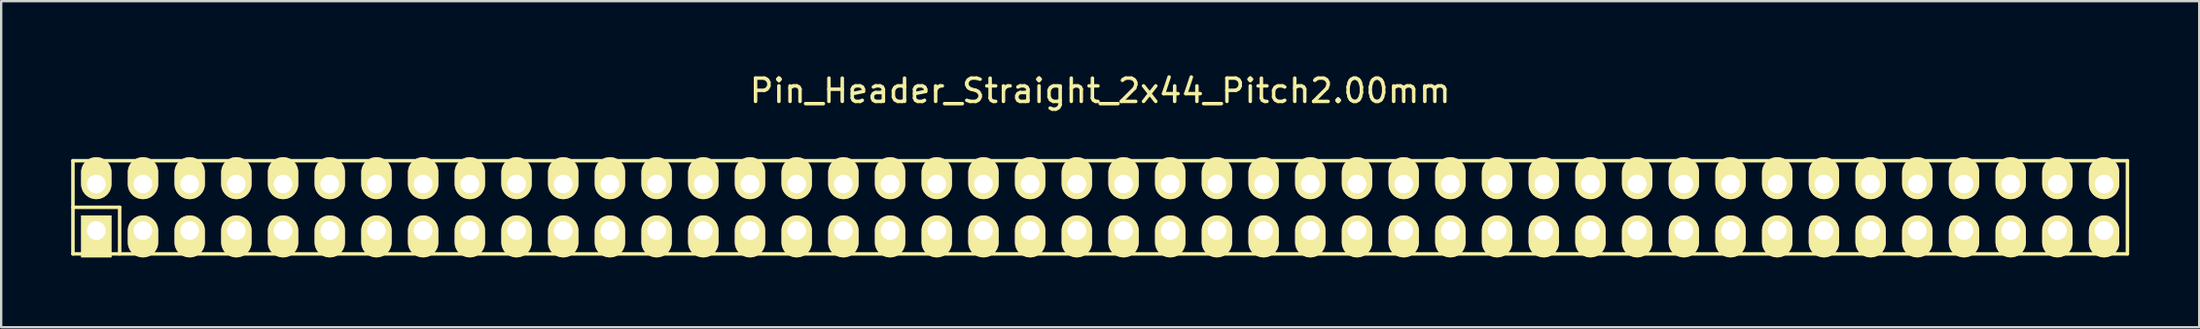
<source format=kicad_pcb>
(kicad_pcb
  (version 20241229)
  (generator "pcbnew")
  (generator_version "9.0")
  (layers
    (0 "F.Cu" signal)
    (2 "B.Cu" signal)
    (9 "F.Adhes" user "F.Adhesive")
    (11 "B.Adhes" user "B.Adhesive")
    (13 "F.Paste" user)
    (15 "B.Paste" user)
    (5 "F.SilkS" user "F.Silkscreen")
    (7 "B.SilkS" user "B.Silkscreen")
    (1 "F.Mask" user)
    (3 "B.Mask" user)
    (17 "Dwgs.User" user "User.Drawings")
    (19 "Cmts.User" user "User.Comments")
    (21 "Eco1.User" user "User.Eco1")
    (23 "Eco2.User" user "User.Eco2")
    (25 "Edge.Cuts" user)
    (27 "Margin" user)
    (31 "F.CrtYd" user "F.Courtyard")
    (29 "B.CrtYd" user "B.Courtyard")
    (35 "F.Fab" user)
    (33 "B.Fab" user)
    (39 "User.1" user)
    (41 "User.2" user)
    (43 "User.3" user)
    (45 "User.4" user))
  (footprint "Pin_Header_Straight_2x44_Pitch2.00mm"
    (layer "F.Cu")
    (at 44.075 5.848)
    (property "Reference" "Pin_Header_Straight_2x44_Pitch2.00mm" (at 0 -5 0) (layer "F.SilkS") (effects (font (size 1 1) (thickness 0.15))))
    (attr through_hole)
    (fp_line (start -44 -2) (end 44 -2) (stroke (width 0.15) (type solid)) (layer "F.SilkS"))
    (fp_line (start -44 0) (end -42 0) (stroke (width 0.15) (type solid)) (layer "F.SilkS"))
    (fp_line (start -44 2) (end -44 -2) (stroke (width 0.15) (type solid)) (layer "F.SilkS"))
    (fp_line (start -42 0) (end -42 2) (stroke (width 0.15) (type solid)) (layer "F.SilkS"))
    (fp_line (start 44 -2) (end 44 2) (stroke (width 0.15) (type solid)) (layer "F.SilkS"))
    (fp_line (start 44 2) (end -44 2) (stroke (width 0.15) (type solid)) (layer "F.SilkS"))
    (pad "1" thru_hole rect (at -43 1) (size 1.3 1.8) (drill 0.8 (offset 0 0.25)) (layers "*.Cu" "*.Mask" "F.SilkS"))
    (pad "2" thru_hole oval (at -43 -1) (size 1.3 1.8) (drill 0.8 (offset 0 -0.25)) (layers "*.Cu" "*.Mask" "F.SilkS"))
    (pad "3" thru_hole oval (at -41 1) (size 1.3 1.8) (drill 0.8 (offset 0 0.25)) (layers "*.Cu" "*.Mask" "F.SilkS"))
    (pad "4" thru_hole oval (at -41 -1) (size 1.3 1.8) (drill 0.8 (offset 0 -0.25)) (layers "*.Cu" "*.Mask" "F.SilkS"))
    (pad "5" thru_hole oval (at -39 1) (size 1.3 1.8) (drill 0.8 (offset 0 0.25)) (layers "*.Cu" "*.Mask" "F.SilkS"))
    (pad "6" thru_hole oval (at -39 -1) (size 1.3 1.8) (drill 0.8 (offset 0 -0.25)) (layers "*.Cu" "*.Mask" "F.SilkS"))
    (pad "7" thru_hole oval (at -37 1) (size 1.3 1.8) (drill 0.8 (offset 0 0.25)) (layers "*.Cu" "*.Mask" "F.SilkS"))
    (pad "8" thru_hole oval (at -37 -1) (size 1.3 1.8) (drill 0.8 (offset 0 -0.25)) (layers "*.Cu" "*.Mask" "F.SilkS"))
    (pad "9" thru_hole oval (at -35 1) (size 1.3 1.8) (drill 0.8 (offset 0 0.25)) (layers "*.Cu" "*.Mask" "F.SilkS"))
    (pad "10" thru_hole oval (at -35 -1) (size 1.3 1.8) (drill 0.8 (offset 0 -0.25)) (layers "*.Cu" "*.Mask" "F.SilkS"))
    (pad "11" thru_hole oval (at -33 1) (size 1.3 1.8) (drill 0.8 (offset 0 0.25)) (layers "*.Cu" "*.Mask" "F.SilkS"))
    (pad "12" thru_hole oval (at -33 -1) (size 1.3 1.8) (drill 0.8 (offset 0 -0.25)) (layers "*.Cu" "*.Mask" "F.SilkS"))
    (pad "13" thru_hole oval (at -31 1) (size 1.3 1.8) (drill 0.8 (offset 0 0.25)) (layers "*.Cu" "*.Mask" "F.SilkS"))
    (pad "14" thru_hole oval (at -31 -1) (size 1.3 1.8) (drill 0.8 (offset 0 -0.25)) (layers "*.Cu" "*.Mask" "F.SilkS"))
    (pad "15" thru_hole oval (at -29 1) (size 1.3 1.8) (drill 0.8 (offset 0 0.25)) (layers "*.Cu" "*.Mask" "F.SilkS"))
    (pad "16" thru_hole oval (at -29 -1) (size 1.3 1.8) (drill 0.8 (offset 0 -0.25)) (layers "*.Cu" "*.Mask" "F.SilkS"))
    (pad "17" thru_hole oval (at -27 1) (size 1.3 1.8) (drill 0.8 (offset 0 0.25)) (layers "*.Cu" "*.Mask" "F.SilkS"))
    (pad "18" thru_hole oval (at -27 -1) (size 1.3 1.8) (drill 0.8 (offset 0 -0.25)) (layers "*.Cu" "*.Mask" "F.SilkS"))
    (pad "19" thru_hole oval (at -25 1) (size 1.3 1.8) (drill 0.8 (offset 0 0.25)) (layers "*.Cu" "*.Mask" "F.SilkS"))
    (pad "20" thru_hole oval (at -25 -1) (size 1.3 1.8) (drill 0.8 (offset 0 -0.25)) (layers "*.Cu" "*.Mask" "F.SilkS"))
    (pad "21" thru_hole oval (at -23 1) (size 1.3 1.8) (drill 0.8 (offset 0 0.25)) (layers "*.Cu" "*.Mask" "F.SilkS"))
    (pad "22" thru_hole oval (at -23 -1) (size 1.3 1.8) (drill 0.8 (offset 0 -0.25)) (layers "*.Cu" "*.Mask" "F.SilkS"))
    (pad "23" thru_hole oval (at -21 1) (size 1.3 1.8) (drill 0.8 (offset 0 0.25)) (layers "*.Cu" "*.Mask" "F.SilkS"))
    (pad "24" thru_hole oval (at -21 -1) (size 1.3 1.8) (drill 0.8 (offset 0 -0.25)) (layers "*.Cu" "*.Mask" "F.SilkS"))
    (pad "25" thru_hole oval (at -19 1) (size 1.3 1.8) (drill 0.8 (offset 0 0.25)) (layers "*.Cu" "*.Mask" "F.SilkS"))
    (pad "26" thru_hole oval (at -19 -1) (size 1.3 1.8) (drill 0.8 (offset 0 -0.25)) (layers "*.Cu" "*.Mask" "F.SilkS"))
    (pad "27" thru_hole oval (at -17 1) (size 1.3 1.8) (drill 0.8 (offset 0 0.25)) (layers "*.Cu" "*.Mask" "F.SilkS"))
    (pad "28" thru_hole oval (at -17 -1) (size 1.3 1.8) (drill 0.8 (offset 0 -0.25)) (layers "*.Cu" "*.Mask" "F.SilkS"))
    (pad "29" thru_hole oval (at -15 1) (size 1.3 1.8) (drill 0.8 (offset 0 0.25)) (layers "*.Cu" "*.Mask" "F.SilkS"))
    (pad "30" thru_hole oval (at -15 -1) (size 1.3 1.8) (drill 0.8 (offset 0 -0.25)) (layers "*.Cu" "*.Mask" "F.SilkS"))
    (pad "31" thru_hole oval (at -13 1) (size 1.3 1.8) (drill 0.8 (offset 0 0.25)) (layers "*.Cu" "*.Mask" "F.SilkS"))
    (pad "32" thru_hole oval (at -13 -1) (size 1.3 1.8) (drill 0.8 (offset 0 -0.25)) (layers "*.Cu" "*.Mask" "F.SilkS"))
    (pad "33" thru_hole oval (at -11 1) (size 1.3 1.8) (drill 0.8 (offset 0 0.25)) (layers "*.Cu" "*.Mask" "F.SilkS"))
    (pad "34" thru_hole oval (at -11 -1) (size 1.3 1.8) (drill 0.8 (offset 0 -0.25)) (layers "*.Cu" "*.Mask" "F.SilkS"))
    (pad "35" thru_hole oval (at -9 1) (size 1.3 1.8) (drill 0.8 (offset 0 0.25)) (layers "*.Cu" "*.Mask" "F.SilkS"))
    (pad "36" thru_hole oval (at -9 -1) (size 1.3 1.8) (drill 0.8 (offset 0 -0.25)) (layers "*.Cu" "*.Mask" "F.SilkS"))
    (pad "37" thru_hole oval (at -7 1) (size 1.3 1.8) (drill 0.8 (offset 0 0.25)) (layers "*.Cu" "*.Mask" "F.SilkS"))
    (pad "38" thru_hole oval (at -7 -1) (size 1.3 1.8) (drill 0.8 (offset 0 -0.25)) (layers "*.Cu" "*.Mask" "F.SilkS"))
    (pad "39" thru_hole oval (at -5 1) (size 1.3 1.8) (drill 0.8 (offset 0 0.25)) (layers "*.Cu" "*.Mask" "F.SilkS"))
    (pad "40" thru_hole oval (at -5 -1) (size 1.3 1.8) (drill 0.8 (offset 0 -0.25)) (layers "*.Cu" "*.Mask" "F.SilkS"))
    (pad "41" thru_hole oval (at -3 1) (size 1.3 1.8) (drill 0.8 (offset 0 0.25)) (layers "*.Cu" "*.Mask" "F.SilkS"))
    (pad "42" thru_hole oval (at -3 -1) (size 1.3 1.8) (drill 0.8 (offset 0 -0.25)) (layers "*.Cu" "*.Mask" "F.SilkS"))
    (pad "43" thru_hole oval (at -1 1) (size 1.3 1.8) (drill 0.8 (offset 0 0.25)) (layers "*.Cu" "*.Mask" "F.SilkS"))
    (pad "44" thru_hole oval (at -1 -1) (size 1.3 1.8) (drill 0.8 (offset 0 -0.25)) (layers "*.Cu" "*.Mask" "F.SilkS"))
    (pad "45" thru_hole oval (at 1 1) (size 1.3 1.8) (drill 0.8 (offset 0 0.25)) (layers "*.Cu" "*.Mask" "F.SilkS"))
    (pad "46" thru_hole oval (at 1 -1) (size 1.3 1.8) (drill 0.8 (offset 0 -0.25)) (layers "*.Cu" "*.Mask" "F.SilkS"))
    (pad "47" thru_hole oval (at 3 1) (size 1.3 1.8) (drill 0.8 (offset 0 0.25)) (layers "*.Cu" "*.Mask" "F.SilkS"))
    (pad "48" thru_hole oval (at 3 -1) (size 1.3 1.8) (drill 0.8 (offset 0 -0.25)) (layers "*.Cu" "*.Mask" "F.SilkS"))
    (pad "49" thru_hole oval (at 5 1) (size 1.3 1.8) (drill 0.8 (offset 0 0.25)) (layers "*.Cu" "*.Mask" "F.SilkS"))
    (pad "50" thru_hole oval (at 5 -1) (size 1.3 1.8) (drill 0.8 (offset 0 -0.25)) (layers "*.Cu" "*.Mask" "F.SilkS"))
    (pad "51" thru_hole oval (at 7 1) (size 1.3 1.8) (drill 0.8 (offset 0 0.25)) (layers "*.Cu" "*.Mask" "F.SilkS"))
    (pad "52" thru_hole oval (at 7 -1) (size 1.3 1.8) (drill 0.8 (offset 0 -0.25)) (layers "*.Cu" "*.Mask" "F.SilkS"))
    (pad "53" thru_hole oval (at 9 1) (size 1.3 1.8) (drill 0.8 (offset 0 0.25)) (layers "*.Cu" "*.Mask" "F.SilkS"))
    (pad "54" thru_hole oval (at 9 -1) (size 1.3 1.8) (drill 0.8 (offset 0 -0.25)) (layers "*.Cu" "*.Mask" "F.SilkS"))
    (pad "55" thru_hole oval (at 11 1) (size 1.3 1.8) (drill 0.8 (offset 0 0.25)) (layers "*.Cu" "*.Mask" "F.SilkS"))
    (pad "56" thru_hole oval (at 11 -1) (size 1.3 1.8) (drill 0.8 (offset 0 -0.25)) (layers "*.Cu" "*.Mask" "F.SilkS"))
    (pad "57" thru_hole oval (at 13 1) (size 1.3 1.8) (drill 0.8 (offset 0 0.25)) (layers "*.Cu" "*.Mask" "F.SilkS"))
    (pad "58" thru_hole oval (at 13 -1) (size 1.3 1.8) (drill 0.8 (offset 0 -0.25)) (layers "*.Cu" "*.Mask" "F.SilkS"))
    (pad "59" thru_hole oval (at 15 1) (size 1.3 1.8) (drill 0.8 (offset 0 0.25)) (layers "*.Cu" "*.Mask" "F.SilkS"))
    (pad "60" thru_hole oval (at 15 -1) (size 1.3 1.8) (drill 0.8 (offset 0 -0.25)) (layers "*.Cu" "*.Mask" "F.SilkS"))
    (pad "61" thru_hole oval (at 17 1) (size 1.3 1.8) (drill 0.8 (offset 0 0.25)) (layers "*.Cu" "*.Mask" "F.SilkS"))
    (pad "62" thru_hole oval (at 17 -1) (size 1.3 1.8) (drill 0.8 (offset 0 -0.25)) (layers "*.Cu" "*.Mask" "F.SilkS"))
    (pad "63" thru_hole oval (at 19 1) (size 1.3 1.8) (drill 0.8 (offset 0 0.25)) (layers "*.Cu" "*.Mask" "F.SilkS"))
    (pad "64" thru_hole oval (at 19 -1) (size 1.3 1.8) (drill 0.8 (offset 0 -0.25)) (layers "*.Cu" "*.Mask" "F.SilkS"))
    (pad "65" thru_hole oval (at 21 1) (size 1.3 1.8) (drill 0.8 (offset 0 0.25)) (layers "*.Cu" "*.Mask" "F.SilkS"))
    (pad "66" thru_hole oval (at 21 -1) (size 1.3 1.8) (drill 0.8 (offset 0 -0.25)) (layers "*.Cu" "*.Mask" "F.SilkS"))
    (pad "67" thru_hole oval (at 23 1) (size 1.3 1.8) (drill 0.8 (offset 0 0.25)) (layers "*.Cu" "*.Mask" "F.SilkS"))
    (pad "68" thru_hole oval (at 23 -1) (size 1.3 1.8) (drill 0.8 (offset 0 -0.25)) (layers "*.Cu" "*.Mask" "F.SilkS"))
    (pad "69" thru_hole oval (at 25 1) (size 1.3 1.8) (drill 0.8 (offset 0 0.25)) (layers "*.Cu" "*.Mask" "F.SilkS"))
    (pad "70" thru_hole oval (at 25 -1) (size 1.3 1.8) (drill 0.8 (offset 0 -0.25)) (layers "*.Cu" "*.Mask" "F.SilkS"))
    (pad "71" thru_hole oval (at 27 1) (size 1.3 1.8) (drill 0.8 (offset 0 0.25)) (layers "*.Cu" "*.Mask" "F.SilkS"))
    (pad "72" thru_hole oval (at 27 -1) (size 1.3 1.8) (drill 0.8 (offset 0 -0.25)) (layers "*.Cu" "*.Mask" "F.SilkS"))
    (pad "73" thru_hole oval (at 29 1) (size 1.3 1.8) (drill 0.8 (offset 0 0.25)) (layers "*.Cu" "*.Mask" "F.SilkS"))
    (pad "74" thru_hole oval (at 29 -1) (size 1.3 1.8) (drill 0.8 (offset 0 -0.25)) (layers "*.Cu" "*.Mask" "F.SilkS"))
    (pad "75" thru_hole oval (at 31 1) (size 1.3 1.8) (drill 0.8 (offset 0 0.25)) (layers "*.Cu" "*.Mask" "F.SilkS"))
    (pad "76" thru_hole oval (at 31 -1) (size 1.3 1.8) (drill 0.8 (offset 0 -0.25)) (layers "*.Cu" "*.Mask" "F.SilkS"))
    (pad "77" thru_hole oval (at 33 1) (size 1.3 1.8) (drill 0.8 (offset 0 0.25)) (layers "*.Cu" "*.Mask" "F.SilkS"))
    (pad "78" thru_hole oval (at 33 -1) (size 1.3 1.8) (drill 0.8 (offset 0 -0.25)) (layers "*.Cu" "*.Mask" "F.SilkS"))
    (pad "79" thru_hole oval (at 35 1) (size 1.3 1.8) (drill 0.8 (offset 0 0.25)) (layers "*.Cu" "*.Mask" "F.SilkS"))
    (pad "80" thru_hole oval (at 35 -1) (size 1.3 1.8) (drill 0.8 (offset 0 -0.25)) (layers "*.Cu" "*.Mask" "F.SilkS"))
    (pad "81" thru_hole oval (at 37 1) (size 1.3 1.8) (drill 0.8 (offset 0 0.25)) (layers "*.Cu" "*.Mask" "F.SilkS"))
    (pad "82" thru_hole oval (at 37 -1) (size 1.3 1.8) (drill 0.8 (offset 0 -0.25)) (layers "*.Cu" "*.Mask" "F.SilkS"))
    (pad "83" thru_hole oval (at 39 1) (size 1.3 1.8) (drill 0.8 (offset 0 0.25)) (layers "*.Cu" "*.Mask" "F.SilkS"))
    (pad "84" thru_hole oval (at 39 -1) (size 1.3 1.8) (drill 0.8 (offset 0 -0.25)) (layers "*.Cu" "*.Mask" "F.SilkS"))
    (pad "85" thru_hole oval (at 41 1) (size 1.3 1.8) (drill 0.8 (offset 0 0.25)) (layers "*.Cu" "*.Mask" "F.SilkS"))
    (pad "86" thru_hole oval (at 41 -1) (size 1.3 1.8) (drill 0.8 (offset 0 -0.25)) (layers "*.Cu" "*.Mask" "F.SilkS"))
    (pad "87" thru_hole oval (at 43 1) (size 1.3 1.8) (drill 0.8 (offset 0 0.25)) (layers "*.Cu" "*.Mask" "F.SilkS"))
    (pad "88" thru_hole oval (at 43 -1) (size 1.3 1.8) (drill 0.8 (offset 0 -0.25)) (layers "*.Cu" "*.Mask" "F.SilkS")))
  (gr_rect
    (start -3 -3)
    (end 91.15 10.998)
    (stroke (width 0.1) (type default))
    (fill no)
    (layer "Edge.Cuts")))
</source>
